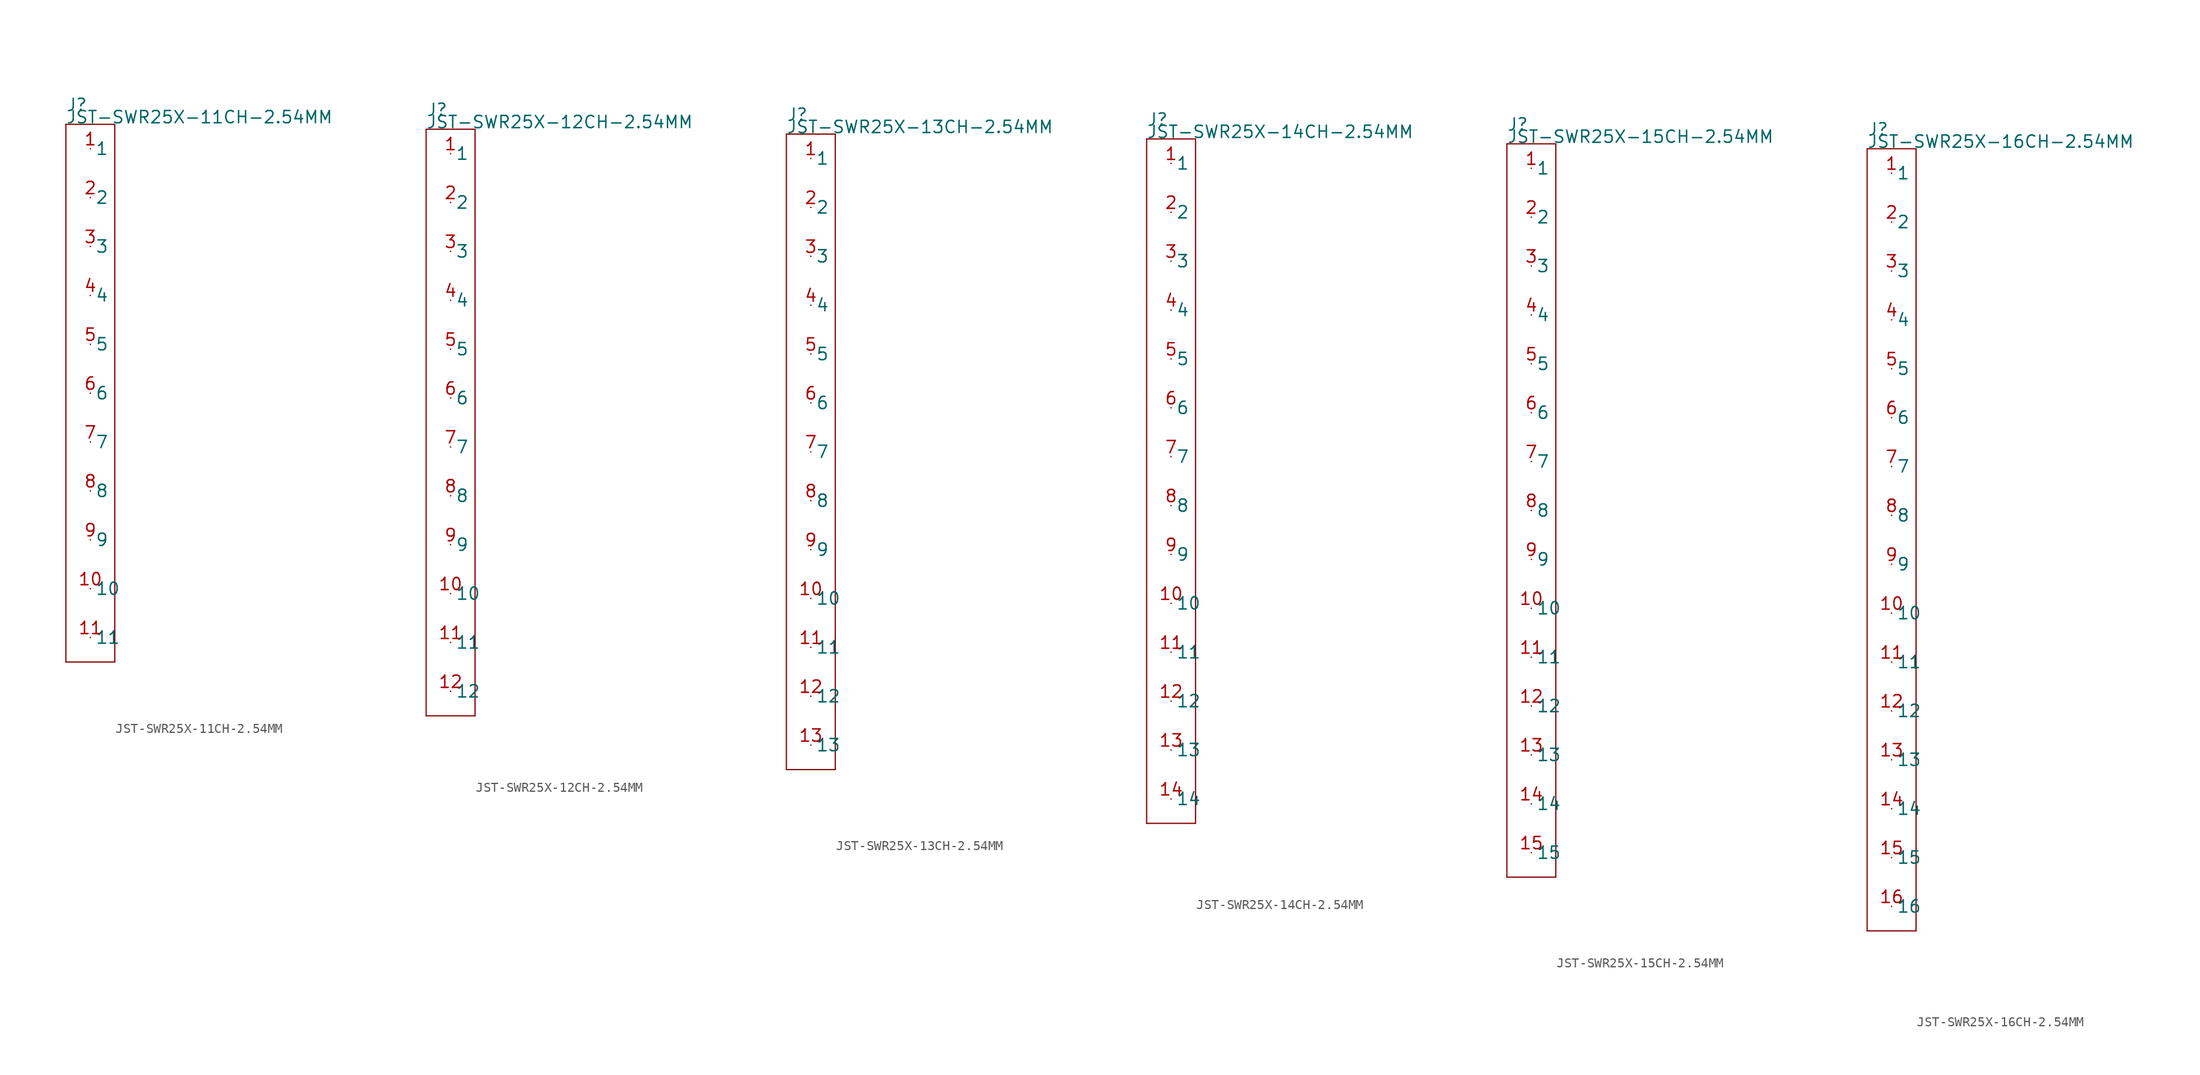
<source format=kicad_sym>
(kicad_symbol_lib
  (version 20211014)
  (generator kicad_symbol_editor)
  (symbol "JST-SWR25X-11CH-2.54MM"
    (pin_names)
    (property "Reference" "J"
      (at -2.54 29.21 0)
      (effects (font (size 1.27 1.27)) (justify left bottom)))
    (property "Value" "JST-SWR25X-11CH-2.54MM"
      (at -2.54 27.94 0)
      (effects (font (size 1.27 1.27)) (justify left bottom)))
    (property "Datasheet" ""
      (at 0 0 0))
    (property "ki_description" " JST 1x11  - Through Hole JST 11POS 2.54MM Technical Specifications: Pitch: 3.96mm "
      (at 0 0 0))
    (property "ki_fp_filters" "FlashPCB_Connectors:JST-SWR25X-NRTC-S11-ST-BA-THT-VERT-11CH-2.54MM FlashPCB_Connectors:JST-SWR25X-NRTC-S11-ST-BA-THT-VERT-11CH-2.54MM-NOSILK FlashPCB_Connectors:JST-SWR25X-NRTC-S11-RA-BA-THT-RA-11CH-2.54MM FlashPCB_Connectors:JST-SWR25X-NRTC-S11-RA-BA-THT-RA-11CH-2.54MM-NOSILK FlashPCB_Connectors:JST-SWR25X-NRTC-S11-ST-BA-THT-VERT-11CH-2.54MM-LONG FlashPCB_Connectors:JST-SWR25X-NRTC-S11-ST-BA-THT-VERT-11CH-2.54MM-LONG-NOSILK FlashPCB_Connectors:JST-SWR25X-NRTC-S11-RA-BA-THT-RA-11CH-2.54MM-LONG FlashPCB_Connectors:JST-SWR25X-NRTC-S11-RA-BA-THT-RA-11CH-2.54MM-LONG-NOSILK"
      (at 0 0 0))
    (symbol "JST-SWR25X-11CH-2.54MM_1_1"
      (polyline (pts (xy -2.54 27.94) (xy 2.54 27.94)) (stroke (width 0.127)) (fill (type none)))
      (polyline (pts (xy 2.54 27.94) (xy 2.54 -27.94)) (stroke (width 0.127)) (fill (type none)))
      (polyline (pts (xy 2.54 -27.94) (xy -2.54 -27.94)) (stroke (width 0.127)) (fill (type none)))
      (polyline (pts (xy -2.54 -27.94) (xy -2.54 27.94)) (stroke (width 0.127)) (fill (type none)))
      (pin bidirectional line (at 0 25.4 0) (length 0) (name "1" (effects (font (size 1.27 1.27)))) (number "1" (effects (font (size 1.27 1.27)))))
      (pin bidirectional line (at 0 20.32 0) (length 0) (name "2" (effects (font (size 1.27 1.27)))) (number "2" (effects (font (size 1.27 1.27)))))
      (pin bidirectional line (at 0 15.24 0) (length 0) (name "3" (effects (font (size 1.27 1.27)))) (number "3" (effects (font (size 1.27 1.27)))))
      (pin bidirectional line (at 0 10.16 0) (length 0) (name "4" (effects (font (size 1.27 1.27)))) (number "4" (effects (font (size 1.27 1.27)))))
      (pin bidirectional line (at 0 5.08 0) (length 0) (name "5" (effects (font (size 1.27 1.27)))) (number "5" (effects (font (size 1.27 1.27)))))
      (pin bidirectional line (at 0 0 0) (length 0) (name "6" (effects (font (size 1.27 1.27)))) (number "6" (effects (font (size 1.27 1.27)))))
      (pin bidirectional line (at 0 -5.08 0) (length 0) (name "7" (effects (font (size 1.27 1.27)))) (number "7" (effects (font (size 1.27 1.27)))))
      (pin bidirectional line (at 0 -10.16 0) (length 0) (name "8" (effects (font (size 1.27 1.27)))) (number "8" (effects (font (size 1.27 1.27)))))
      (pin bidirectional line (at 0 -15.24 0) (length 0) (name "9" (effects (font (size 1.27 1.27)))) (number "9" (effects (font (size 1.27 1.27)))))
      (pin bidirectional line (at 0 -20.32 0) (length 0) (name "10" (effects (font (size 1.27 1.27)))) (number "10" (effects (font (size 1.27 1.27)))))
      (pin bidirectional line (at 0 -25.4 0) (length 0) (name "11" (effects (font (size 1.27 1.27)))) (number "11" (effects (font (size 1.27 1.27)))))))
  (symbol "JST-SWR25X-12CH-2.54MM"
    (pin_names)
    (property "Reference" "J"
      (at -2.54 31.75 0)
      (effects (font (size 1.27 1.27)) (justify left bottom)))
    (property "Value" "JST-SWR25X-12CH-2.54MM"
      (at -2.54 30.48 0)
      (effects (font (size 1.27 1.27)) (justify left bottom)))
    (property "Datasheet" ""
      (at 0 0 0))
    (property "ki_description" " JST 1x12  - Through Hole JST 12POS 2.54MM Technical Specifications: Pitch: 3.96mm "
      (at 0 0 0))
    (property "ki_fp_filters" "FlashPCB_Connectors:JST-SWR25X-NRTC-S12-ST-BA-THT-VERT-12CH-2.54MM FlashPCB_Connectors:JST-SWR25X-NRTC-S12-ST-BA-THT-VERT-12CH-2.54MM-NOSILK FlashPCB_Connectors:JST-SWR25X-NRTC-S12-RA-BA-THT-RA-12CH-2.54MM FlashPCB_Connectors:JST-SWR25X-NRTC-S12-RA-BA-THT-RA-12CH-2.54MM-NOSILK FlashPCB_Connectors:JST-SWR25X-NRTC-S12-ST-BA-THT-VERT-12CH-2.54MM-LONG FlashPCB_Connectors:JST-SWR25X-NRTC-S12-ST-BA-THT-VERT-12CH-2.54MM-LONG-NOSILK FlashPCB_Connectors:JST-SWR25X-NRTC-S12-RA-BA-THT-RA-12CH-2.54MM-LONG FlashPCB_Connectors:JST-SWR25X-NRTC-S12-RA-BA-THT-RA-12CH-2.54MM-LONG-NOSILK"
      (at 0 0 0))
    (symbol "JST-SWR25X-12CH-2.54MM_1_1"
      (polyline (pts (xy -2.54 30.48) (xy 2.54 30.48)) (stroke (width 0.127)) (fill (type none)))
      (polyline (pts (xy 2.54 30.48) (xy 2.54 -30.48)) (stroke (width 0.127)) (fill (type none)))
      (polyline (pts (xy 2.54 -30.48) (xy -2.54 -30.48)) (stroke (width 0.127)) (fill (type none)))
      (polyline (pts (xy -2.54 -30.48) (xy -2.54 30.48)) (stroke (width 0.127)) (fill (type none)))
      (pin bidirectional line (at 0 27.94 0) (length 0) (name "1" (effects (font (size 1.27 1.27)))) (number "1" (effects (font (size 1.27 1.27)))))
      (pin bidirectional line (at 0 22.86 0) (length 0) (name "2" (effects (font (size 1.27 1.27)))) (number "2" (effects (font (size 1.27 1.27)))))
      (pin bidirectional line (at 0 17.78 0) (length 0) (name "3" (effects (font (size 1.27 1.27)))) (number "3" (effects (font (size 1.27 1.27)))))
      (pin bidirectional line (at 0 12.7 0) (length 0) (name "4" (effects (font (size 1.27 1.27)))) (number "4" (effects (font (size 1.27 1.27)))))
      (pin bidirectional line (at 0 7.62 0) (length 0) (name "5" (effects (font (size 1.27 1.27)))) (number "5" (effects (font (size 1.27 1.27)))))
      (pin bidirectional line (at 0 2.54 0) (length 0) (name "6" (effects (font (size 1.27 1.27)))) (number "6" (effects (font (size 1.27 1.27)))))
      (pin bidirectional line (at 0 -2.54 0) (length 0) (name "7" (effects (font (size 1.27 1.27)))) (number "7" (effects (font (size 1.27 1.27)))))
      (pin bidirectional line (at 0 -7.62 0) (length 0) (name "8" (effects (font (size 1.27 1.27)))) (number "8" (effects (font (size 1.27 1.27)))))
      (pin bidirectional line (at 0 -12.7 0) (length 0) (name "9" (effects (font (size 1.27 1.27)))) (number "9" (effects (font (size 1.27 1.27)))))
      (pin bidirectional line (at 0 -17.78 0) (length 0) (name "10" (effects (font (size 1.27 1.27)))) (number "10" (effects (font (size 1.27 1.27)))))
      (pin bidirectional line (at 0 -22.86 0) (length 0) (name "11" (effects (font (size 1.27 1.27)))) (number "11" (effects (font (size 1.27 1.27)))))
      (pin bidirectional line (at 0 -27.94 0) (length 0) (name "12" (effects (font (size 1.27 1.27)))) (number "12" (effects (font (size 1.27 1.27)))))))
  (symbol "JST-SWR25X-13CH-2.54MM"
    (pin_names)
    (property "Reference" "J"
      (at -2.54 34.29 0)
      (effects (font (size 1.27 1.27)) (justify left bottom)))
    (property "Value" "JST-SWR25X-13CH-2.54MM"
      (at -2.54 33.02 0)
      (effects (font (size 1.27 1.27)) (justify left bottom)))
    (property "Datasheet" ""
      (at 0 0 0))
    (property "ki_description" " JST 1x13  - Through Hole JST 13POS 2.54MM Technical Specifications: Pitch: 3.96mm "
      (at 0 0 0))
    (property "ki_fp_filters" "FlashPCB_Connectors:JST-SWR25X-NRTC-S13-ST-BA-THT-VERT-13CH-2.54MM FlashPCB_Connectors:JST-SWR25X-NRTC-S13-ST-BA-THT-VERT-13CH-2.54MM-NOSILK FlashPCB_Connectors:JST-SWR25X-NRTC-S13-RA-BA-THT-RA-13CH-2.54MM FlashPCB_Connectors:JST-SWR25X-NRTC-S13-RA-BA-THT-RA-13CH-2.54MM-NOSILK FlashPCB_Connectors:JST-SWR25X-NRTC-S13-ST-BA-THT-VERT-13CH-2.54MM-LONG FlashPCB_Connectors:JST-SWR25X-NRTC-S13-ST-BA-THT-VERT-13CH-2.54MM-LONG-NOSILK FlashPCB_Connectors:JST-SWR25X-NRTC-S13-RA-BA-THT-RA-13CH-2.54MM-LONG FlashPCB_Connectors:JST-SWR25X-NRTC-S13-RA-BA-THT-RA-13CH-2.54MM-LONG-NOSILK"
      (at 0 0 0))
    (symbol "JST-SWR25X-13CH-2.54MM_1_1"
      (polyline (pts (xy -2.54 33.02) (xy 2.54 33.02)) (stroke (width 0.127)) (fill (type none)))
      (polyline (pts (xy 2.54 33.02) (xy 2.54 -33.02)) (stroke (width 0.127)) (fill (type none)))
      (polyline (pts (xy 2.54 -33.02) (xy -2.54 -33.02)) (stroke (width 0.127)) (fill (type none)))
      (polyline (pts (xy -2.54 -33.02) (xy -2.54 33.02)) (stroke (width 0.127)) (fill (type none)))
      (pin bidirectional line (at 0 30.48 0) (length 0) (name "1" (effects (font (size 1.27 1.27)))) (number "1" (effects (font (size 1.27 1.27)))))
      (pin bidirectional line (at 0 25.4 0) (length 0) (name "2" (effects (font (size 1.27 1.27)))) (number "2" (effects (font (size 1.27 1.27)))))
      (pin bidirectional line (at 0 20.32 0) (length 0) (name "3" (effects (font (size 1.27 1.27)))) (number "3" (effects (font (size 1.27 1.27)))))
      (pin bidirectional line (at 0 15.24 0) (length 0) (name "4" (effects (font (size 1.27 1.27)))) (number "4" (effects (font (size 1.27 1.27)))))
      (pin bidirectional line (at 0 10.16 0) (length 0) (name "5" (effects (font (size 1.27 1.27)))) (number "5" (effects (font (size 1.27 1.27)))))
      (pin bidirectional line (at 0 5.08 0) (length 0) (name "6" (effects (font (size 1.27 1.27)))) (number "6" (effects (font (size 1.27 1.27)))))
      (pin bidirectional line (at 0 0 0) (length 0) (name "7" (effects (font (size 1.27 1.27)))) (number "7" (effects (font (size 1.27 1.27)))))
      (pin bidirectional line (at 0 -5.08 0) (length 0) (name "8" (effects (font (size 1.27 1.27)))) (number "8" (effects (font (size 1.27 1.27)))))
      (pin bidirectional line (at 0 -10.16 0) (length 0) (name "9" (effects (font (size 1.27 1.27)))) (number "9" (effects (font (size 1.27 1.27)))))
      (pin bidirectional line (at 0 -15.24 0) (length 0) (name "10" (effects (font (size 1.27 1.27)))) (number "10" (effects (font (size 1.27 1.27)))))
      (pin bidirectional line (at 0 -20.32 0) (length 0) (name "11" (effects (font (size 1.27 1.27)))) (number "11" (effects (font (size 1.27 1.27)))))
      (pin bidirectional line (at 0 -25.4 0) (length 0) (name "12" (effects (font (size 1.27 1.27)))) (number "12" (effects (font (size 1.27 1.27)))))
      (pin bidirectional line (at 0 -30.48 0) (length 0) (name "13" (effects (font (size 1.27 1.27)))) (number "13" (effects (font (size 1.27 1.27)))))))
  (symbol "JST-SWR25X-14CH-2.54MM"
    (pin_names)
    (property "Reference" "J"
      (at -2.54 36.83 0)
      (effects (font (size 1.27 1.27)) (justify left bottom)))
    (property "Value" "JST-SWR25X-14CH-2.54MM"
      (at -2.54 35.56 0)
      (effects (font (size 1.27 1.27)) (justify left bottom)))
    (property "Datasheet" ""
      (at 0 0 0))
    (property "ki_description" " JST 1x14  - Through Hole JST 14POS 2.54MM Technical Specifications: Pitch: 3.96mm "
      (at 0 0 0))
    (property "ki_fp_filters" "FlashPCB_Connectors:JST-SWR25X-NRTC-S14-ST-BA-THT-VERT-14CH-2.54MM FlashPCB_Connectors:JST-SWR25X-NRTC-S14-ST-BA-THT-VERT-14CH-2.54MM-NOSILK FlashPCB_Connectors:JST-SWR25X-NRTC-S14-RA-BA-THT-RA-14CH-2.54MM FlashPCB_Connectors:JST-SWR25X-NRTC-S14-RA-BA-THT-RA-14CH-2.54MM-NOSILK FlashPCB_Connectors:JST-SWR25X-NRTC-S14-ST-BA-THT-VERT-14CH-2.54MM-LONG FlashPCB_Connectors:JST-SWR25X-NRTC-S14-ST-BA-THT-VERT-14CH-2.54MM-LONG-NOSILK FlashPCB_Connectors:JST-SWR25X-NRTC-S14-RA-BA-THT-RA-14CH-2.54MM-LONG FlashPCB_Connectors:JST-SWR25X-NRTC-S14-RA-BA-THT-RA-14CH-2.54MM-LONG-NOSILK"
      (at 0 0 0))
    (symbol "JST-SWR25X-14CH-2.54MM_1_1"
      (polyline (pts (xy -2.54 35.56) (xy 2.54 35.56)) (stroke (width 0.127)) (fill (type none)))
      (polyline (pts (xy 2.54 35.56) (xy 2.54 -35.56)) (stroke (width 0.127)) (fill (type none)))
      (polyline (pts (xy 2.54 -35.56) (xy -2.54 -35.56)) (stroke (width 0.127)) (fill (type none)))
      (polyline (pts (xy -2.54 -35.56) (xy -2.54 35.56)) (stroke (width 0.127)) (fill (type none)))
      (pin bidirectional line (at 0 33.02 0) (length 0) (name "1" (effects (font (size 1.27 1.27)))) (number "1" (effects (font (size 1.27 1.27)))))
      (pin bidirectional line (at 0 27.94 0) (length 0) (name "2" (effects (font (size 1.27 1.27)))) (number "2" (effects (font (size 1.27 1.27)))))
      (pin bidirectional line (at 0 22.86 0) (length 0) (name "3" (effects (font (size 1.27 1.27)))) (number "3" (effects (font (size 1.27 1.27)))))
      (pin bidirectional line (at 0 17.78 0) (length 0) (name "4" (effects (font (size 1.27 1.27)))) (number "4" (effects (font (size 1.27 1.27)))))
      (pin bidirectional line (at 0 12.7 0) (length 0) (name "5" (effects (font (size 1.27 1.27)))) (number "5" (effects (font (size 1.27 1.27)))))
      (pin bidirectional line (at 0 7.62 0) (length 0) (name "6" (effects (font (size 1.27 1.27)))) (number "6" (effects (font (size 1.27 1.27)))))
      (pin bidirectional line (at 0 2.54 0) (length 0) (name "7" (effects (font (size 1.27 1.27)))) (number "7" (effects (font (size 1.27 1.27)))))
      (pin bidirectional line (at 0 -2.54 0) (length 0) (name "8" (effects (font (size 1.27 1.27)))) (number "8" (effects (font (size 1.27 1.27)))))
      (pin bidirectional line (at 0 -7.62 0) (length 0) (name "9" (effects (font (size 1.27 1.27)))) (number "9" (effects (font (size 1.27 1.27)))))
      (pin bidirectional line (at 0 -12.7 0) (length 0) (name "10" (effects (font (size 1.27 1.27)))) (number "10" (effects (font (size 1.27 1.27)))))
      (pin bidirectional line (at 0 -17.78 0) (length 0) (name "11" (effects (font (size 1.27 1.27)))) (number "11" (effects (font (size 1.27 1.27)))))
      (pin bidirectional line (at 0 -22.86 0) (length 0) (name "12" (effects (font (size 1.27 1.27)))) (number "12" (effects (font (size 1.27 1.27)))))
      (pin bidirectional line (at 0 -27.94 0) (length 0) (name "13" (effects (font (size 1.27 1.27)))) (number "13" (effects (font (size 1.27 1.27)))))
      (pin bidirectional line (at 0 -33.02 0) (length 0) (name "14" (effects (font (size 1.27 1.27)))) (number "14" (effects (font (size 1.27 1.27)))))))
  (symbol "JST-SWR25X-15CH-2.54MM"
    (pin_names)
    (property "Reference" "J"
      (at -2.54 39.37 0)
      (effects (font (size 1.27 1.27)) (justify left bottom)))
    (property "Value" "JST-SWR25X-15CH-2.54MM"
      (at -2.54 38.1 0)
      (effects (font (size 1.27 1.27)) (justify left bottom)))
    (property "Datasheet" ""
      (at 0 0 0))
    (property "ki_description" " JST 1x15  - Through Hole JST 15POS 2.54MM Technical Specifications: Pitch: 3.96mm "
      (at 0 0 0))
    (property "ki_fp_filters" "FlashPCB_Connectors:JST-SWR25X-NRTC-S15-ST-BA-THT-VERT-15CH-2.54MM FlashPCB_Connectors:JST-SWR25X-NRTC-S15-ST-BA-THT-VERT-15CH-2.54MM-NOSILK FlashPCB_Connectors:JST-SWR25X-NRTC-S15-RA-BA-THT-RA-15CH-2.54MM FlashPCB_Connectors:JST-SWR25X-NRTC-S15-RA-BA-THT-RA-15CH-2.54MM-NOSILK FlashPCB_Connectors:JST-SWR25X-NRTC-S15-ST-BA-THT-VERT-15CH-2.54MM-LONG FlashPCB_Connectors:JST-SWR25X-NRTC-S15-ST-BA-THT-VERT-15CH-2.54MM-LONG-NOSILK FlashPCB_Connectors:JST-SWR25X-NRTC-S15-RA-BA-THT-RA-15CH-2.54MM-LONG FlashPCB_Connectors:JST-SWR25X-NRTC-S15-RA-BA-THT-RA-15CH-2.54MM-LONG-NOSILK"
      (at 0 0 0))
    (symbol "JST-SWR25X-15CH-2.54MM_1_1"
      (polyline (pts (xy -2.54 38.1) (xy 2.54 38.1)) (stroke (width 0.127)) (fill (type none)))
      (polyline (pts (xy 2.54 38.1) (xy 2.54 -38.1)) (stroke (width 0.127)) (fill (type none)))
      (polyline (pts (xy 2.54 -38.1) (xy -2.54 -38.1)) (stroke (width 0.127)) (fill (type none)))
      (polyline (pts (xy -2.54 -38.1) (xy -2.54 38.1)) (stroke (width 0.127)) (fill (type none)))
      (pin bidirectional line (at 0 35.56 0) (length 0) (name "1" (effects (font (size 1.27 1.27)))) (number "1" (effects (font (size 1.27 1.27)))))
      (pin bidirectional line (at 0 30.48 0) (length 0) (name "2" (effects (font (size 1.27 1.27)))) (number "2" (effects (font (size 1.27 1.27)))))
      (pin bidirectional line (at 0 25.4 0) (length 0) (name "3" (effects (font (size 1.27 1.27)))) (number "3" (effects (font (size 1.27 1.27)))))
      (pin bidirectional line (at 0 20.32 0) (length 0) (name "4" (effects (font (size 1.27 1.27)))) (number "4" (effects (font (size 1.27 1.27)))))
      (pin bidirectional line (at 0 15.24 0) (length 0) (name "5" (effects (font (size 1.27 1.27)))) (number "5" (effects (font (size 1.27 1.27)))))
      (pin bidirectional line (at 0 10.16 0) (length 0) (name "6" (effects (font (size 1.27 1.27)))) (number "6" (effects (font (size 1.27 1.27)))))
      (pin bidirectional line (at 0 5.08 0) (length 0) (name "7" (effects (font (size 1.27 1.27)))) (number "7" (effects (font (size 1.27 1.27)))))
      (pin bidirectional line (at 0 0 0) (length 0) (name "8" (effects (font (size 1.27 1.27)))) (number "8" (effects (font (size 1.27 1.27)))))
      (pin bidirectional line (at 0 -5.08 0) (length 0) (name "9" (effects (font (size 1.27 1.27)))) (number "9" (effects (font (size 1.27 1.27)))))
      (pin bidirectional line (at 0 -10.16 0) (length 0) (name "10" (effects (font (size 1.27 1.27)))) (number "10" (effects (font (size 1.27 1.27)))))
      (pin bidirectional line (at 0 -15.24 0) (length 0) (name "11" (effects (font (size 1.27 1.27)))) (number "11" (effects (font (size 1.27 1.27)))))
      (pin bidirectional line (at 0 -20.32 0) (length 0) (name "12" (effects (font (size 1.27 1.27)))) (number "12" (effects (font (size 1.27 1.27)))))
      (pin bidirectional line (at 0 -25.4 0) (length 0) (name "13" (effects (font (size 1.27 1.27)))) (number "13" (effects (font (size 1.27 1.27)))))
      (pin bidirectional line (at 0 -30.48 0) (length 0) (name "14" (effects (font (size 1.27 1.27)))) (number "14" (effects (font (size 1.27 1.27)))))
      (pin bidirectional line (at 0 -35.56 0) (length 0) (name "15" (effects (font (size 1.27 1.27)))) (number "15" (effects (font (size 1.27 1.27)))))))
  (symbol "JST-SWR25X-16CH-2.54MM"
    (pin_names)
    (property "Reference" "J"
      (at -2.54 41.91 0)
      (effects (font (size 1.27 1.27)) (justify left bottom)))
    (property "Value" "JST-SWR25X-16CH-2.54MM"
      (at -2.54 40.64 0)
      (effects (font (size 1.27 1.27)) (justify left bottom)))
    (property "Datasheet" ""
      (at 0 0 0))
    (property "ki_description" " JST 1x16  - Through Hole JST 16POS 2.54MM Technical Specifications: Pitch: 3.96mm "
      (at 0 0 0))
    (property "ki_fp_filters" "FlashPCB_Connectors:JST-SWR25X-NRTC-S16-ST-BA-THT-VERT-16CH-2.54MM FlashPCB_Connectors:JST-SWR25X-NRTC-S16-ST-BA-THT-VERT-16CH-2.54MM-NOSILK FlashPCB_Connectors:JST-SWR25X-NRTC-S16-RA-BA-THT-RA-16CH-2.54MM FlashPCB_Connectors:JST-SWR25X-NRTC-S16-RA-BA-THT-RA-16CH-2.54MM-NOSILK FlashPCB_Connectors:JST-SWR25X-NRTC-S16-ST-BA-THT-VERT-16CH-2.54MM-LONG FlashPCB_Connectors:JST-SWR25X-NRTC-S16-ST-BA-THT-VERT-16CH-2.54MM-LONG-NOSILK FlashPCB_Connectors:JST-SWR25X-NRTC-S16-RA-BA-THT-RA-16CH-2.54MM-LONG FlashPCB_Connectors:JST-SWR25X-NRTC-S16-RA-BA-THT-RA-16CH-2.54MM-LONG-NOSILK"
      (at 0 0 0))
    (symbol "JST-SWR25X-16CH-2.54MM_1_1"
      (polyline (pts (xy -2.54 40.64) (xy 2.54 40.64)) (stroke (width 0.127)) (fill (type none)))
      (polyline (pts (xy 2.54 40.64) (xy 2.54 -40.64)) (stroke (width 0.127)) (fill (type none)))
      (polyline (pts (xy 2.54 -40.64) (xy -2.54 -40.64)) (stroke (width 0.127)) (fill (type none)))
      (polyline (pts (xy -2.54 -40.64) (xy -2.54 40.64)) (stroke (width 0.127)) (fill (type none)))
      (pin bidirectional line (at 0 38.1 0) (length 0) (name "1" (effects (font (size 1.27 1.27)))) (number "1" (effects (font (size 1.27 1.27)))))
      (pin bidirectional line (at 0 33.02 0) (length 0) (name "2" (effects (font (size 1.27 1.27)))) (number "2" (effects (font (size 1.27 1.27)))))
      (pin bidirectional line (at 0 27.94 0) (length 0) (name "3" (effects (font (size 1.27 1.27)))) (number "3" (effects (font (size 1.27 1.27)))))
      (pin bidirectional line (at 0 22.86 0) (length 0) (name "4" (effects (font (size 1.27 1.27)))) (number "4" (effects (font (size 1.27 1.27)))))
      (pin bidirectional line (at 0 17.78 0) (length 0) (name "5" (effects (font (size 1.27 1.27)))) (number "5" (effects (font (size 1.27 1.27)))))
      (pin bidirectional line (at 0 12.7 0) (length 0) (name "6" (effects (font (size 1.27 1.27)))) (number "6" (effects (font (size 1.27 1.27)))))
      (pin bidirectional line (at 0 7.62 0) (length 0) (name "7" (effects (font (size 1.27 1.27)))) (number "7" (effects (font (size 1.27 1.27)))))
      (pin bidirectional line (at 0 2.54 0) (length 0) (name "8" (effects (font (size 1.27 1.27)))) (number "8" (effects (font (size 1.27 1.27)))))
      (pin bidirectional line (at 0 -2.54 0) (length 0) (name "9" (effects (font (size 1.27 1.27)))) (number "9" (effects (font (size 1.27 1.27)))))
      (pin bidirectional line (at 0 -7.62 0) (length 0) (name "10" (effects (font (size 1.27 1.27)))) (number "10" (effects (font (size 1.27 1.27)))))
      (pin bidirectional line (at 0 -12.7 0) (length 0) (name "11" (effects (font (size 1.27 1.27)))) (number "11" (effects (font (size 1.27 1.27)))))
      (pin bidirectional line (at 0 -17.78 0) (length 0) (name "12" (effects (font (size 1.27 1.27)))) (number "12" (effects (font (size 1.27 1.27)))))
      (pin bidirectional line (at 0 -22.86 0) (length 0) (name "13" (effects (font (size 1.27 1.27)))) (number "13" (effects (font (size 1.27 1.27)))))
      (pin bidirectional line (at 0 -27.94 0) (length 0) (name "14" (effects (font (size 1.27 1.27)))) (number "14" (effects (font (size 1.27 1.27)))))
      (pin bidirectional line (at 0 -33.02 0) (length 0) (name "15" (effects (font (size 1.27 1.27)))) (number "15" (effects (font (size 1.27 1.27)))))
      (pin bidirectional line (at 0 -38.1 0) (length 0) (name "16" (effects (font (size 1.27 1.27)))) (number "16" (effects (font (size 1.27 1.27))))))))
</source>
